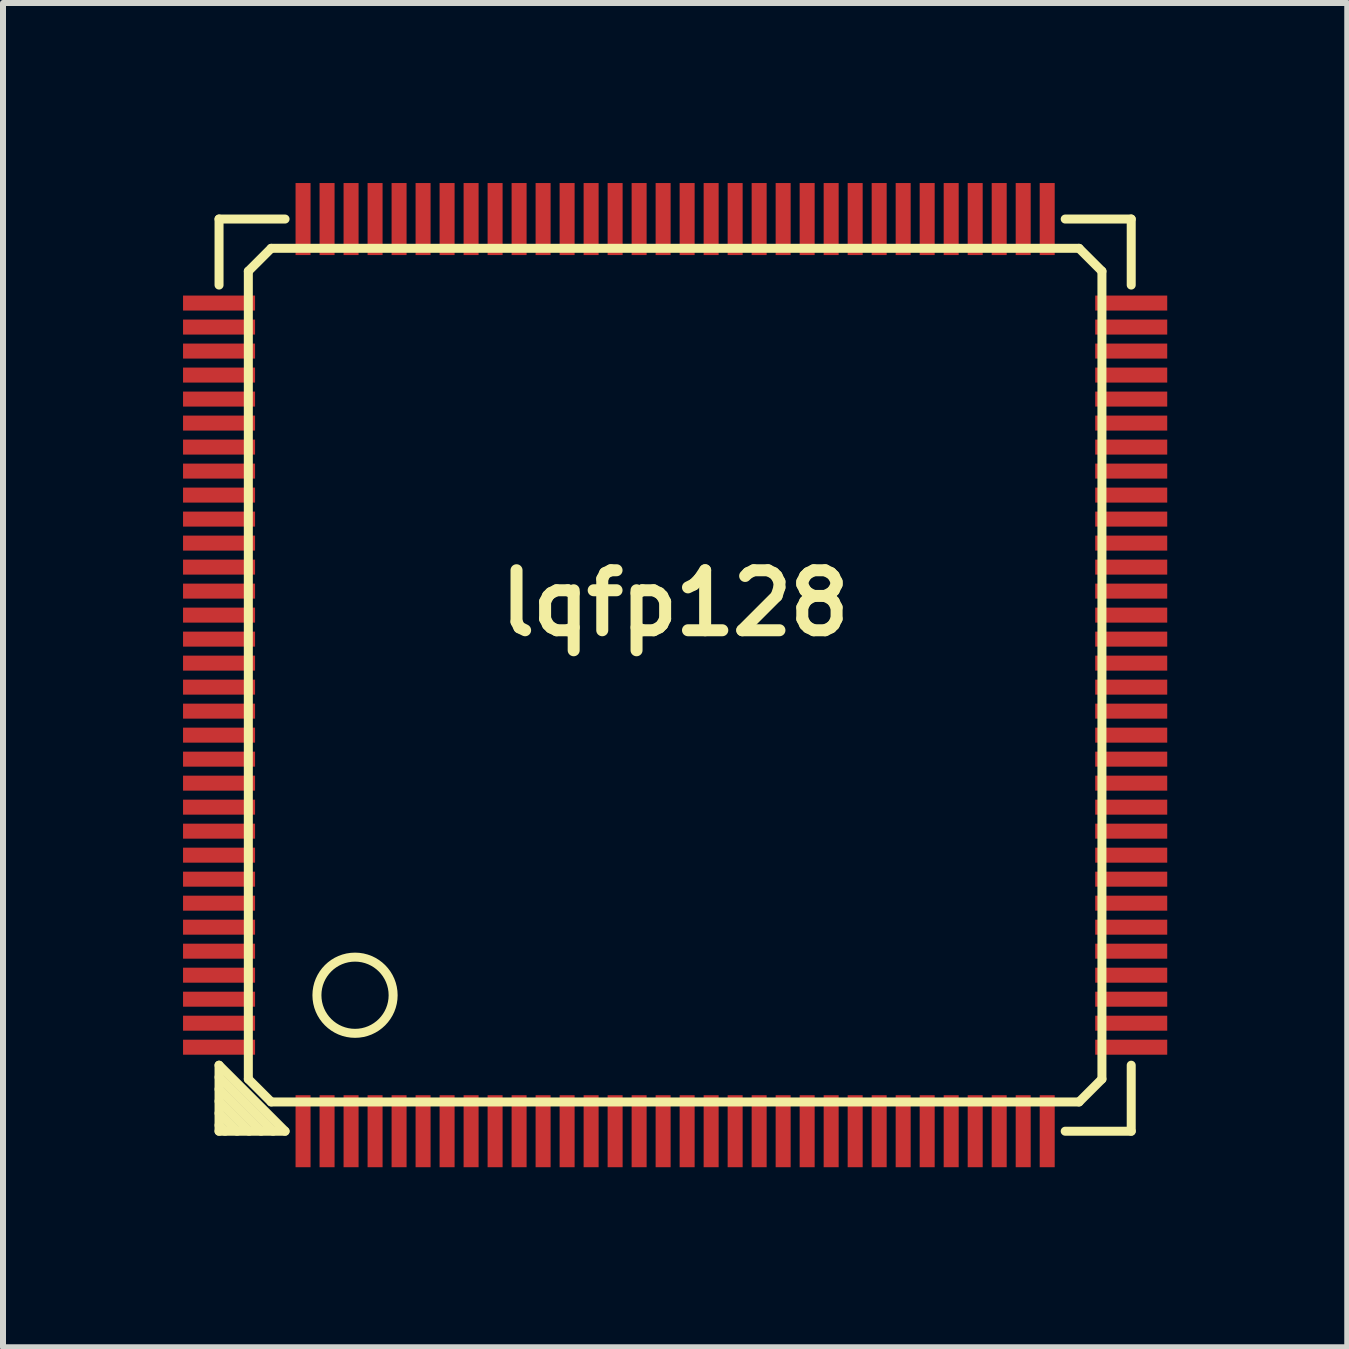
<source format=kicad_pcb>
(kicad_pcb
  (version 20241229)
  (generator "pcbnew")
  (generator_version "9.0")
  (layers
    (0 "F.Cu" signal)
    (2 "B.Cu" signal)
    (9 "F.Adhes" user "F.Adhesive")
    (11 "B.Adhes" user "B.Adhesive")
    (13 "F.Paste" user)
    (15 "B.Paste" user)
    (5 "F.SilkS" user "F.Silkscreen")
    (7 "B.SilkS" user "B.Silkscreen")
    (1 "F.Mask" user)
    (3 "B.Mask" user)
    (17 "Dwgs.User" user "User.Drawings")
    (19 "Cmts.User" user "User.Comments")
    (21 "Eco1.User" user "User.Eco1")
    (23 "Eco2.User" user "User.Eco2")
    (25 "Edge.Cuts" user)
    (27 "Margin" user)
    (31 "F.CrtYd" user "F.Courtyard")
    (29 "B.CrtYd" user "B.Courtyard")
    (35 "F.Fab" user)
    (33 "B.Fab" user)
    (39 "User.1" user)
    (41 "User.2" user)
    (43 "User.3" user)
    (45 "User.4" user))
  (footprint "lqfp128"
    (layer "F.Cu")
    (at 8.2 8.2)
    (property "Reference" "lqfp128" (at 0 -1.2 0) (layer "F.SilkS") (effects (font (size 1 1) (thickness 0.2))))
    (attr through_hole)
    (fp_line (start -7.6 -7.6) (end -6.5 -7.6) (stroke (width 0.15) (type solid)) (layer "F.SilkS"))
    (fp_line (start -7.6 -6.5) (end -7.6 -7.6) (stroke (width 0.15) (type solid)) (layer "F.SilkS"))
    (fp_line (start -7.6 6.5) (end -7.6 7.6) (stroke (width 0.15) (type solid)) (layer "F.SilkS"))
    (fp_line (start -7.6 6.7) (end -6.7 7.6) (stroke (width 0.15) (type solid)) (layer "F.SilkS"))
    (fp_line (start -7.6 7.1) (end -7.1 7.6) (stroke (width 0.15) (type solid)) (layer "F.SilkS"))
    (fp_line (start -7.6 7.5) (end -7.5 7.6) (stroke (width 0.15) (type solid)) (layer "F.SilkS"))
    (fp_line (start -7.6 7.6) (end -6.5 7.6) (stroke (width 0.15) (type solid)) (layer "F.SilkS"))
    (fp_line (start -7.3 7.6) (end -7.6 7.3) (stroke (width 0.15) (type solid)) (layer "F.SilkS"))
    (fp_line (start -7.112 -6.731) (end -7.112 6.731) (stroke (width 0.15) (type solid)) (layer "F.SilkS"))
    (fp_line (start -7.112 6.731) (end -6.731 7.112) (stroke (width 0.15) (type solid)) (layer "F.SilkS"))
    (fp_line (start -6.9 7.6) (end -7.6 6.9) (stroke (width 0.15) (type solid)) (layer "F.SilkS"))
    (fp_line (start -6.731 -7.112) (end -7.112 -6.731) (stroke (width 0.15) (type solid)) (layer "F.SilkS"))
    (fp_line (start -6.731 7.112) (end 6.731 7.112) (stroke (width 0.15) (type solid)) (layer "F.SilkS"))
    (fp_line (start -6.5 7.6) (end -7.6 6.5) (stroke (width 0.15) (type solid)) (layer "F.SilkS"))
    (fp_line (start 6.5 7.6) (end 7.6 7.6) (stroke (width 0.15) (type solid)) (layer "F.SilkS"))
    (fp_line (start 6.731 -7.112) (end -6.731 -7.112) (stroke (width 0.15) (type solid)) (layer "F.SilkS"))
    (fp_line (start 6.731 7.112) (end 7.112 6.731) (stroke (width 0.15) (type solid)) (layer "F.SilkS"))
    (fp_line (start 7.112 -6.731) (end 6.731 -7.112) (stroke (width 0.15) (type solid)) (layer "F.SilkS"))
    (fp_line (start 7.112 6.731) (end 7.112 -6.731) (stroke (width 0.15) (type solid)) (layer "F.SilkS"))
    (fp_line (start 7.6 -7.6) (end 6.5 -7.6) (stroke (width 0.15) (type solid)) (layer "F.SilkS"))
    (fp_line (start 7.6 -7.6) (end 7.6 -6.5) (stroke (width 0.15) (type solid)) (layer "F.SilkS"))
    (fp_line (start 7.6 7.6) (end 7.6 6.5) (stroke (width 0.15) (type solid)) (layer "F.SilkS"))
    (fp_circle (center -5.334 5.334) (end -5.715 5.842) (stroke (width 0.15) (type solid)) (fill no) (layer "F.SilkS"))
    (pad "1" smd rect (at -6.2 7.6) (size 0.25 1.2) (layers "F.Cu" "F.Mask" "F.Paste"))
    (pad "2" smd rect (at -5.8 7.6) (size 0.25 1.2) (layers "F.Cu" "F.Mask" "F.Paste"))
    (pad "3" smd rect (at -5.4 7.6) (size 0.25 1.2) (layers "F.Cu" "F.Mask" "F.Paste"))
    (pad "4" smd rect (at -5 7.6) (size 0.25 1.2) (layers "F.Cu" "F.Mask" "F.Paste"))
    (pad "5" smd rect (at -4.6 7.6) (size 0.25 1.2) (layers "F.Cu" "F.Mask" "F.Paste"))
    (pad "6" smd rect (at -4.2 7.6) (size 0.25 1.2) (layers "F.Cu" "F.Mask" "F.Paste"))
    (pad "7" smd rect (at -3.8 7.6) (size 0.25 1.2) (layers "F.Cu" "F.Mask" "F.Paste"))
    (pad "8" smd rect (at -3.4 7.6) (size 0.25 1.2) (layers "F.Cu" "F.Mask" "F.Paste"))
    (pad "9" smd rect (at -3 7.6) (size 0.25 1.2) (layers "F.Cu" "F.Mask" "F.Paste"))
    (pad "10" smd rect (at -2.6 7.6) (size 0.25 1.2) (layers "F.Cu" "F.Mask" "F.Paste"))
    (pad "11" smd rect (at -2.2 7.6) (size 0.25 1.2) (layers "F.Cu" "F.Mask" "F.Paste"))
    (pad "12" smd rect (at -1.8 7.6) (size 0.25 1.2) (layers "F.Cu" "F.Mask" "F.Paste"))
    (pad "13" smd rect (at -1.4 7.6) (size 0.25 1.2) (layers "F.Cu" "F.Mask" "F.Paste"))
    (pad "14" smd rect (at -1 7.6) (size 0.25 1.2) (layers "F.Cu" "F.Mask" "F.Paste"))
    (pad "15" smd rect (at -0.6 7.6) (size 0.25 1.2) (layers "F.Cu" "F.Mask" "F.Paste"))
    (pad "16" smd rect (at -0.2 7.6) (size 0.25 1.2) (layers "F.Cu" "F.Mask" "F.Paste"))
    (pad "17" smd rect (at 0.2 7.6) (size 0.25 1.2) (layers "F.Cu" "F.Mask" "F.Paste"))
    (pad "18" smd rect (at 0.6 7.6) (size 0.25 1.2) (layers "F.Cu" "F.Mask" "F.Paste"))
    (pad "19" smd rect (at 1 7.6) (size 0.25 1.2) (layers "F.Cu" "F.Mask" "F.Paste"))
    (pad "20" smd rect (at 1.4 7.6) (size 0.25 1.2) (layers "F.Cu" "F.Mask" "F.Paste"))
    (pad "21" smd rect (at 1.8 7.6) (size 0.25 1.2) (layers "F.Cu" "F.Mask" "F.Paste"))
    (pad "22" smd rect (at 2.2 7.6) (size 0.25 1.2) (layers "F.Cu" "F.Mask" "F.Paste"))
    (pad "23" smd rect (at 2.6 7.6) (size 0.25 1.2) (layers "F.Cu" "F.Mask" "F.Paste"))
    (pad "24" smd rect (at 3 7.6) (size 0.25 1.2) (layers "F.Cu" "F.Mask" "F.Paste"))
    (pad "25" smd rect (at 3.4 7.6) (size 0.25 1.2) (layers "F.Cu" "F.Mask" "F.Paste"))
    (pad "26" smd rect (at 3.8 7.6) (size 0.25 1.2) (layers "F.Cu" "F.Mask" "F.Paste"))
    (pad "27" smd rect (at 4.2 7.6) (size 0.25 1.2) (layers "F.Cu" "F.Mask" "F.Paste"))
    (pad "28" smd rect (at 4.6 7.6) (size 0.25 1.2) (layers "F.Cu" "F.Mask" "F.Paste"))
    (pad "29" smd rect (at 5 7.6) (size 0.25 1.2) (layers "F.Cu" "F.Mask" "F.Paste"))
    (pad "30" smd rect (at 5.4 7.6) (size 0.25 1.2) (layers "F.Cu" "F.Mask" "F.Paste"))
    (pad "31" smd rect (at 5.8 7.6) (size 0.25 1.2) (layers "F.Cu" "F.Mask" "F.Paste"))
    (pad "32" smd rect (at 6.2 7.6) (size 0.25 1.2) (layers "F.Cu" "F.Mask" "F.Paste"))
    (pad "33" smd rect (at 7.6 6.2) (size 1.2 0.25) (layers "F.Cu" "F.Mask" "F.Paste"))
    (pad "34" smd rect (at 7.6 5.8) (size 1.2 0.25) (layers "F.Cu" "F.Mask" "F.Paste"))
    (pad "35" smd rect (at 7.6 5.4) (size 1.2 0.25) (layers "F.Cu" "F.Mask" "F.Paste"))
    (pad "36" smd rect (at 7.6 5) (size 1.2 0.25) (layers "F.Cu" "F.Mask" "F.Paste"))
    (pad "37" smd rect (at 7.6 4.6) (size 1.2 0.25) (layers "F.Cu" "F.Mask" "F.Paste"))
    (pad "38" smd rect (at 7.6 4.2) (size 1.2 0.25) (layers "F.Cu" "F.Mask" "F.Paste"))
    (pad "39" smd rect (at 7.6 3.8) (size 1.2 0.25) (layers "F.Cu" "F.Mask" "F.Paste"))
    (pad "40" smd rect (at 7.6 3.4) (size 1.2 0.25) (layers "F.Cu" "F.Mask" "F.Paste"))
    (pad "41" smd rect (at 7.6 3) (size 1.2 0.25) (layers "F.Cu" "F.Mask" "F.Paste"))
    (pad "42" smd rect (at 7.6 2.6) (size 1.2 0.25) (layers "F.Cu" "F.Mask" "F.Paste"))
    (pad "43" smd rect (at 7.6 2.2) (size 1.2 0.25) (layers "F.Cu" "F.Mask" "F.Paste"))
    (pad "44" smd rect (at 7.6 1.8) (size 1.2 0.25) (layers "F.Cu" "F.Mask" "F.Paste"))
    (pad "45" smd rect (at 7.6 1.4) (size 1.2 0.25) (layers "F.Cu" "F.Mask" "F.Paste"))
    (pad "46" smd rect (at 7.6 1) (size 1.2 0.25) (layers "F.Cu" "F.Mask" "F.Paste"))
    (pad "47" smd rect (at 7.6 0.6) (size 1.2 0.25) (layers "F.Cu" "F.Mask" "F.Paste"))
    (pad "48" smd rect (at 7.6 0.2) (size 1.2 0.25) (layers "F.Cu" "F.Mask" "F.Paste"))
    (pad "49" smd rect (at 7.6 -0.2) (size 1.2 0.25) (layers "F.Cu" "F.Mask" "F.Paste"))
    (pad "50" smd rect (at 7.6 -0.6) (size 1.2 0.25) (layers "F.Cu" "F.Mask" "F.Paste"))
    (pad "51" smd rect (at 7.6 -1) (size 1.2 0.25) (layers "F.Cu" "F.Mask" "F.Paste"))
    (pad "52" smd rect (at 7.6 -1.4) (size 1.2 0.25) (layers "F.Cu" "F.Mask" "F.Paste"))
    (pad "53" smd rect (at 7.6 -1.8) (size 1.2 0.25) (layers "F.Cu" "F.Mask" "F.Paste"))
    (pad "54" smd rect (at 7.6 -2.2) (size 1.2 0.25) (layers "F.Cu" "F.Mask" "F.Paste"))
    (pad "55" smd rect (at 7.6 -2.6) (size 1.2 0.25) (layers "F.Cu" "F.Mask" "F.Paste"))
    (pad "56" smd rect (at 7.6 -3) (size 1.2 0.25) (layers "F.Cu" "F.Mask" "F.Paste"))
    (pad "57" smd rect (at 7.6 -3.4) (size 1.2 0.25) (layers "F.Cu" "F.Mask" "F.Paste"))
    (pad "58" smd rect (at 7.6 -3.8) (size 1.2 0.25) (layers "F.Cu" "F.Mask" "F.Paste"))
    (pad "59" smd rect (at 7.6 -4.2) (size 1.2 0.25) (layers "F.Cu" "F.Mask" "F.Paste"))
    (pad "60" smd rect (at 7.6 -4.6) (size 1.2 0.25) (layers "F.Cu" "F.Mask" "F.Paste"))
    (pad "61" smd rect (at 7.6 -5) (size 1.2 0.25) (layers "F.Cu" "F.Mask" "F.Paste"))
    (pad "62" smd rect (at 7.6 -5.4) (size 1.2 0.25) (layers "F.Cu" "F.Mask" "F.Paste"))
    (pad "63" smd rect (at 7.6 -5.8) (size 1.2 0.25) (layers "F.Cu" "F.Mask" "F.Paste"))
    (pad "64" smd rect (at 7.6 -6.2) (size 1.2 0.25) (layers "F.Cu" "F.Mask" "F.Paste"))
    (pad "65" smd rect (at 6.2 -7.6) (size 0.25 1.2) (layers "F.Cu" "F.Mask" "F.Paste"))
    (pad "66" smd rect (at 5.8 -7.6) (size 0.25 1.2) (layers "F.Cu" "F.Mask" "F.Paste"))
    (pad "67" smd rect (at 5.4 -7.6) (size 0.25 1.2) (layers "F.Cu" "F.Mask" "F.Paste"))
    (pad "68" smd rect (at 5 -7.6) (size 0.25 1.2) (layers "F.Cu" "F.Mask" "F.Paste"))
    (pad "69" smd rect (at 4.6 -7.6) (size 0.25 1.2) (layers "F.Cu" "F.Mask" "F.Paste"))
    (pad "70" smd rect (at 4.2 -7.6) (size 0.25 1.2) (layers "F.Cu" "F.Mask" "F.Paste"))
    (pad "71" smd rect (at 3.8 -7.6) (size 0.25 1.2) (layers "F.Cu" "F.Mask" "F.Paste"))
    (pad "72" smd rect (at 3.4 -7.6) (size 0.25 1.2) (layers "F.Cu" "F.Mask" "F.Paste"))
    (pad "73" smd rect (at 3 -7.6) (size 0.25 1.2) (layers "F.Cu" "F.Mask" "F.Paste"))
    (pad "74" smd rect (at 2.6 -7.6) (size 0.25 1.2) (layers "F.Cu" "F.Mask" "F.Paste"))
    (pad "75" smd rect (at 2.2 -7.6) (size 0.25 1.2) (layers "F.Cu" "F.Mask" "F.Paste"))
    (pad "76" smd rect (at 1.8 -7.6) (size 0.25 1.2) (layers "F.Cu" "F.Mask" "F.Paste"))
    (pad "77" smd rect (at 1.4 -7.6) (size 0.25 1.2) (layers "F.Cu" "F.Mask" "F.Paste"))
    (pad "78" smd rect (at 1 -7.6) (size 0.25 1.2) (layers "F.Cu" "F.Mask" "F.Paste"))
    (pad "79" smd rect (at 0.6 -7.6) (size 0.25 1.2) (layers "F.Cu" "F.Mask" "F.Paste"))
    (pad "80" smd rect (at 0.2 -7.6) (size 0.25 1.2) (layers "F.Cu" "F.Mask" "F.Paste"))
    (pad "81" smd rect (at -0.2 -7.6) (size 0.25 1.2) (layers "F.Cu" "F.Mask" "F.Paste"))
    (pad "82" smd rect (at -0.6 -7.6) (size 0.25 1.2) (layers "F.Cu" "F.Mask" "F.Paste"))
    (pad "83" smd rect (at -1 -7.6) (size 0.25 1.2) (layers "F.Cu" "F.Mask" "F.Paste"))
    (pad "84" smd rect (at -1.4 -7.6) (size 0.25 1.2) (layers "F.Cu" "F.Mask" "F.Paste"))
    (pad "85" smd rect (at -1.8 -7.6) (size 0.25 1.2) (layers "F.Cu" "F.Mask" "F.Paste"))
    (pad "86" smd rect (at -2.2 -7.6) (size 0.25 1.2) (layers "F.Cu" "F.Mask" "F.Paste"))
    (pad "87" smd rect (at -2.6 -7.6) (size 0.25 1.2) (layers "F.Cu" "F.Mask" "F.Paste"))
    (pad "88" smd rect (at -3 -7.6) (size 0.25 1.2) (layers "F.Cu" "F.Mask" "F.Paste"))
    (pad "89" smd rect (at -3.4 -7.6) (size 0.25 1.2) (layers "F.Cu" "F.Mask" "F.Paste"))
    (pad "90" smd rect (at -3.8 -7.6) (size 0.25 1.2) (layers "F.Cu" "F.Mask" "F.Paste"))
    (pad "91" smd rect (at -4.2 -7.6) (size 0.25 1.2) (layers "F.Cu" "F.Mask" "F.Paste"))
    (pad "92" smd rect (at -4.6 -7.6) (size 0.25 1.2) (layers "F.Cu" "F.Mask" "F.Paste"))
    (pad "93" smd rect (at -5 -7.6) (size 0.25 1.2) (layers "F.Cu" "F.Mask" "F.Paste"))
    (pad "94" smd rect (at -5.4 -7.6) (size 0.25 1.2) (layers "F.Cu" "F.Mask" "F.Paste"))
    (pad "95" smd rect (at -5.8 -7.6) (size 0.25 1.2) (layers "F.Cu" "F.Mask" "F.Paste"))
    (pad "96" smd rect (at -6.2 -7.6) (size 0.25 1.2) (layers "F.Cu" "F.Mask" "F.Paste"))
    (pad "97" smd rect (at -7.6 -6.2) (size 1.2 0.25) (layers "F.Cu" "F.Mask" "F.Paste"))
    (pad "98" smd rect (at -7.6 -5.8) (size 1.2 0.25) (layers "F.Cu" "F.Mask" "F.Paste"))
    (pad "99" smd rect (at -7.6 -5.4) (size 1.2 0.25) (layers "F.Cu" "F.Mask" "F.Paste"))
    (pad "100" smd rect (at -7.6 -5) (size 1.2 0.25) (layers "F.Cu" "F.Mask" "F.Paste"))
    (pad "101" smd rect (at -7.6 -4.6) (size 1.2 0.25) (layers "F.Cu" "F.Mask" "F.Paste"))
    (pad "102" smd rect (at -7.6 -4.2) (size 1.2 0.25) (layers "F.Cu" "F.Mask" "F.Paste"))
    (pad "103" smd rect (at -7.6 -3.8) (size 1.2 0.25) (layers "F.Cu" "F.Mask" "F.Paste"))
    (pad "104" smd rect (at -7.6 -3.4) (size 1.2 0.25) (layers "F.Cu" "F.Mask" "F.Paste"))
    (pad "105" smd rect (at -7.6 -3) (size 1.2 0.25) (layers "F.Cu" "F.Mask" "F.Paste"))
    (pad "106" smd rect (at -7.6 -2.6) (size 1.2 0.25) (layers "F.Cu" "F.Mask" "F.Paste"))
    (pad "107" smd rect (at -7.6 -2.2) (size 1.2 0.25) (layers "F.Cu" "F.Mask" "F.Paste"))
    (pad "108" smd rect (at -7.6 -1.8) (size 1.2 0.25) (layers "F.Cu" "F.Mask" "F.Paste"))
    (pad "109" smd rect (at -7.6 -1.4) (size 1.2 0.25) (layers "F.Cu" "F.Mask" "F.Paste"))
    (pad "110" smd rect (at -7.6 -1) (size 1.2 0.25) (layers "F.Cu" "F.Mask" "F.Paste"))
    (pad "111" smd rect (at -7.6 -0.6) (size 1.2 0.25) (layers "F.Cu" "F.Mask" "F.Paste"))
    (pad "112" smd rect (at -7.6 -0.2) (size 1.2 0.25) (layers "F.Cu" "F.Mask" "F.Paste"))
    (pad "113" smd rect (at -7.6 0.2) (size 1.2 0.25) (layers "F.Cu" "F.Mask" "F.Paste"))
    (pad "114" smd rect (at -7.6 0.6) (size 1.2 0.25) (layers "F.Cu" "F.Mask" "F.Paste"))
    (pad "115" smd rect (at -7.6 1) (size 1.2 0.25) (layers "F.Cu" "F.Mask" "F.Paste"))
    (pad "116" smd rect (at -7.6 1.4) (size 1.2 0.25) (layers "F.Cu" "F.Mask" "F.Paste"))
    (pad "117" smd rect (at -7.6 1.8) (size 1.2 0.25) (layers "F.Cu" "F.Mask" "F.Paste"))
    (pad "118" smd rect (at -7.6 2.2) (size 1.2 0.25) (layers "F.Cu" "F.Mask" "F.Paste"))
    (pad "119" smd rect (at -7.6 2.6) (size 1.2 0.25) (layers "F.Cu" "F.Mask" "F.Paste"))
    (pad "120" smd rect (at -7.6 3) (size 1.2 0.25) (layers "F.Cu" "F.Mask" "F.Paste"))
    (pad "121" smd rect (at -7.6 3.4) (size 1.2 0.25) (layers "F.Cu" "F.Mask" "F.Paste"))
    (pad "122" smd rect (at -7.6 3.8) (size 1.2 0.25) (layers "F.Cu" "F.Mask" "F.Paste"))
    (pad "123" smd rect (at -7.6 4.2) (size 1.2 0.25) (layers "F.Cu" "F.Mask" "F.Paste"))
    (pad "124" smd rect (at -7.6 4.6) (size 1.2 0.25) (layers "F.Cu" "F.Mask" "F.Paste"))
    (pad "125" smd rect (at -7.6 5) (size 1.2 0.25) (layers "F.Cu" "F.Mask" "F.Paste"))
    (pad "126" smd rect (at -7.6 5.4) (size 1.2 0.25) (layers "F.Cu" "F.Mask" "F.Paste"))
    (pad "127" smd rect (at -7.6 5.8) (size 1.2 0.25) (layers "F.Cu" "F.Mask" "F.Paste"))
    (pad "128" smd rect (at -7.6 6.2) (size 1.2 0.25) (layers "F.Cu" "F.Mask" "F.Paste")))
  (gr_rect
    (start -3 -3)
    (end 19.4 19.4)
    (stroke (width 0.1) (type default))
    (fill no)
    (layer "Edge.Cuts")))
</source>
